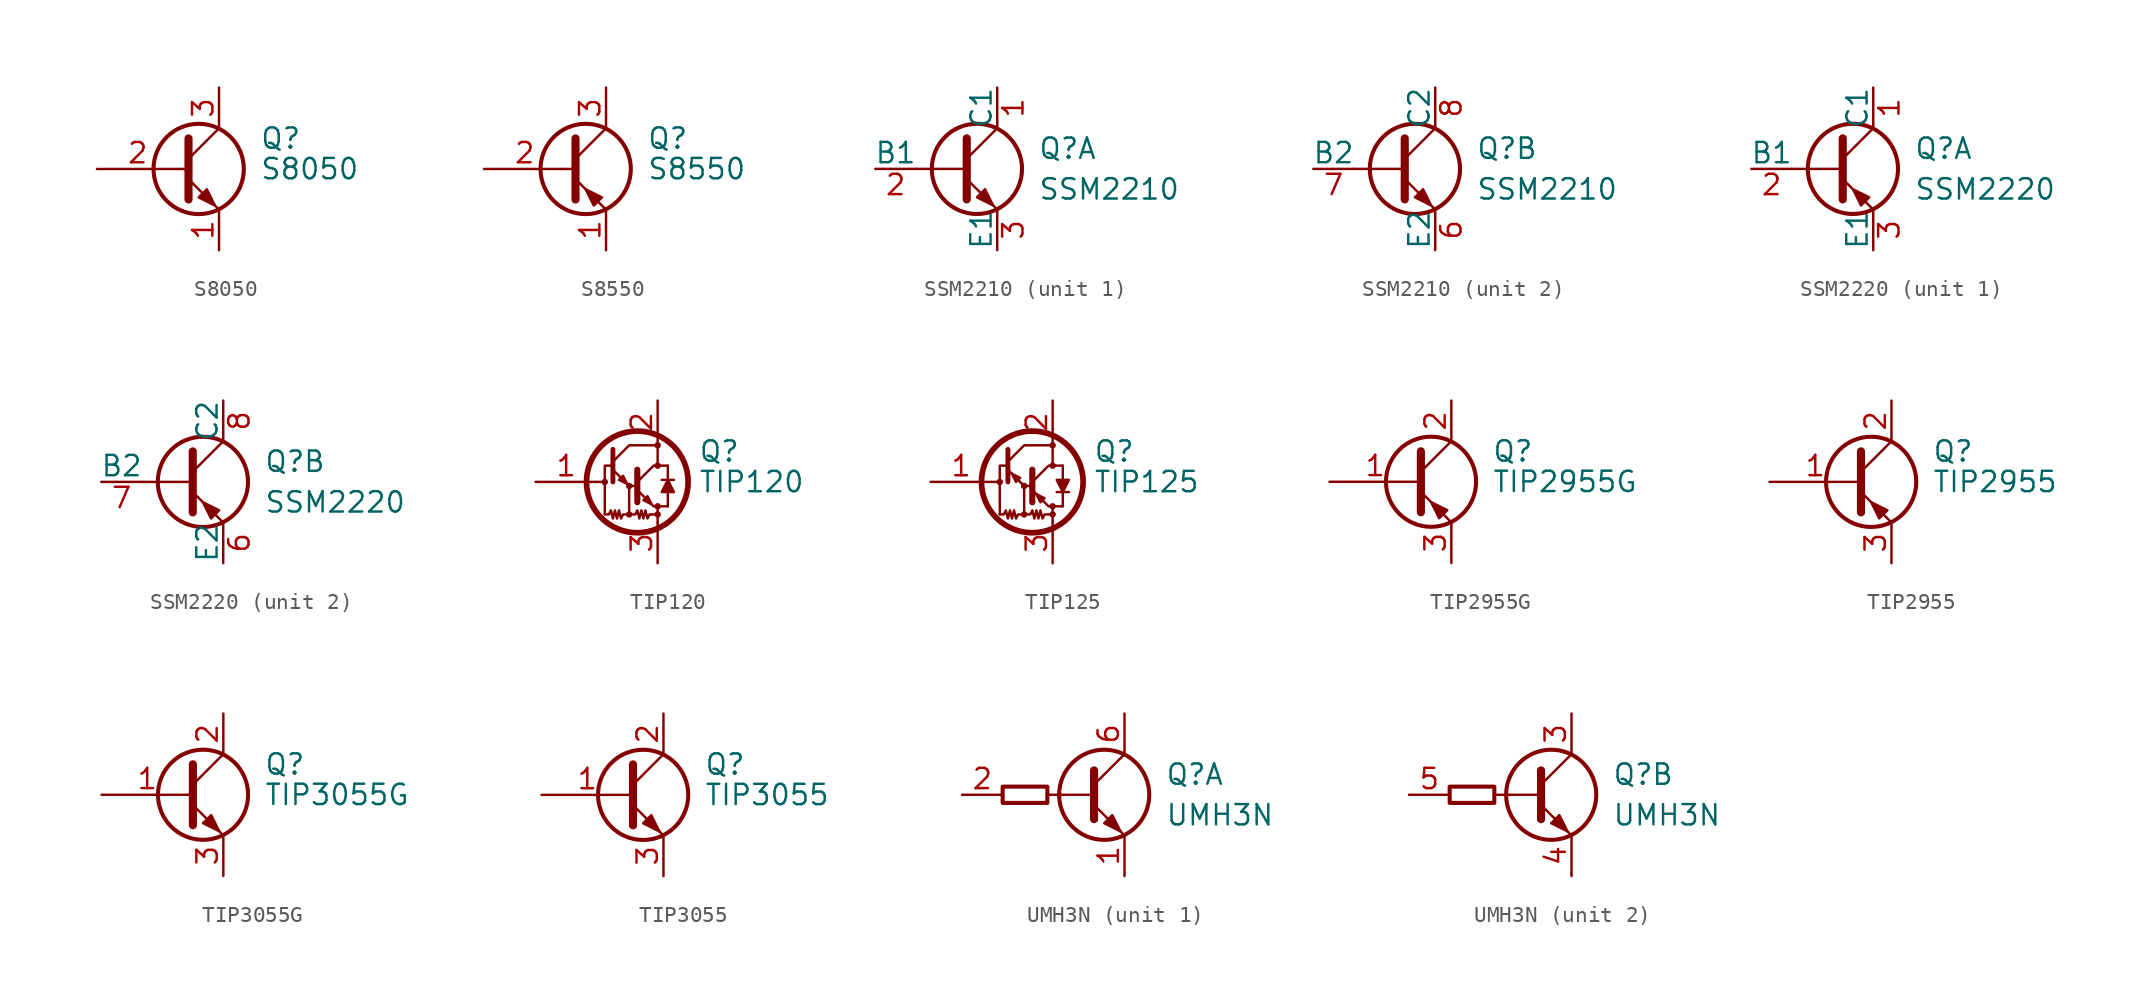
<source format=kicad_sym>
(kicad_symbol_lib
  (version 20201005)
  (generator kicad_symbol_editor)
  (symbol "Transistor_BJT:S8050"
    (pin_names
      (offset 0) hide)
    (property "Reference" "Q"
      (at 5.08 1.905 0)
      (effects (font (size 1.27 1.27)) (justify left)))
    (property "Value" "S8050"
      (at 5.08 0 0)
      (effects (font (size 1.27 1.27)) (justify left)))
    (symbol "S8050_0_1"
      (circle (center 1.27 0) (radius 2.819) (stroke (width 0.254)) (fill (type none)))
      (polyline (pts (xy 0 0) (xy 0.635 0)) (stroke (width 0)) (fill (type none)))
      (polyline (pts (xy 0.635 0.635) (xy 2.54 2.54)) (stroke (width 0)) (fill (type none)))
      (polyline (pts (xy 0.635 -0.635) (xy 2.54 -2.54) (xy 2.54 -2.54)) (stroke (width 0)) (fill (type none)))
      (polyline (pts (xy 0.635 1.905) (xy 0.635 -1.905) (xy 0.635 -1.905)) (stroke (width 0.508)) (fill (type none)))
      (polyline (pts (xy 1.27 -1.778) (xy 1.778 -1.27) (xy 2.286 -2.286) (xy 1.27 -1.778) (xy 1.27 -1.778)) (stroke (width 0)) (fill (type outline))))
    (symbol "S8050_1_1"
      (pin passive line (at 2.54 -5.08 90) (length 2.54) (name "E" (effects (font (size 1.27 1.27)))) (number "1" (effects (font (size 1.27 1.27)))))
      (pin input line (at -5.08 0 0) (length 5.08) (name "B" (effects (font (size 1.27 1.27)))) (number "2" (effects (font (size 1.27 1.27)))))
      (pin passive line (at 2.54 5.08 270) (length 2.54) (name "C" (effects (font (size 1.27 1.27)))) (number "3" (effects (font (size 1.27 1.27)))))))
  (symbol "Transistor_BJT:S8550"
    (pin_names
      (offset 0) hide)
    (property "Reference" "Q"
      (at 5.08 1.905 0)
      (effects (font (size 1.27 1.27)) (justify left)))
    (property "Value" "S8550"
      (at 5.08 0 0)
      (effects (font (size 1.27 1.27)) (justify left)))
    (symbol "S8550_0_1"
      (circle (center 1.27 0) (radius 2.819) (stroke (width 0.254)) (fill (type none)))
      (polyline (pts (xy 0 0) (xy 0.635 0)) (stroke (width 0)) (fill (type none)))
      (polyline (pts (xy 2.54 -2.54) (xy 0.635 -0.635)) (stroke (width 0)) (fill (type none)))
      (polyline (pts (xy 2.54 2.54) (xy 0.635 0.635)) (stroke (width 0)) (fill (type none)))
      (polyline (pts (xy 0.635 1.905) (xy 0.635 -1.905) (xy 0.635 -1.905)) (stroke (width 0.508)) (fill (type outline)))
      (polyline (pts (xy 1.778 -2.286) (xy 2.286 -1.778) (xy 1.27 -1.27) (xy 1.778 -2.286) (xy 1.778 -2.286)) (stroke (width 0)) (fill (type outline))))
    (symbol "S8550_1_1"
      (pin passive line (at 2.54 -5.08 90) (length 2.54) (name "E" (effects (font (size 1.27 1.27)))) (number "1" (effects (font (size 1.27 1.27)))))
      (pin input line (at -5.08 0 0) (length 5.08) (name "B" (effects (font (size 1.27 1.27)))) (number "2" (effects (font (size 1.27 1.27)))))
      (pin passive line (at 2.54 5.08 270) (length 2.54) (name "C" (effects (font (size 1.27 1.27)))) (number "3" (effects (font (size 1.27 1.27)))))))
  (symbol "Transistor_BJT:SSM2210"
    (pin_names
      (offset 0))
    (property "Reference" "Q"
      (at 5.08 1.27 0)
      (effects (font (size 1.27 1.27)) (justify left)))
    (property "Value" "SSM2210"
      (at 5.08 -1.27 0)
      (effects (font (size 1.27 1.27)) (justify left)))
    (symbol "SSM2210_0_1"
      (circle (center 1.27 0) (radius 2.819) (stroke (width 0.254)) (fill (type none)))
      (polyline (pts (xy 0.635 0) (xy -2.54 0)) (stroke (width 0)) (fill (type none)))
      (polyline (pts (xy 0.635 0.635) (xy 2.54 2.54)) (stroke (width 0)) (fill (type none)))
      (polyline (pts (xy 0.635 -0.635) (xy 2.54 -2.54) (xy 2.54 -2.54)) (stroke (width 0)) (fill (type none)))
      (polyline (pts (xy 0.635 1.905) (xy 0.635 -1.905) (xy 0.635 -1.905)) (stroke (width 0.508)) (fill (type none)))
      (polyline (pts (xy 1.27 -1.778) (xy 1.778 -1.27) (xy 2.286 -2.286) (xy 1.27 -1.778) (xy 1.27 -1.778)) (stroke (width 0)) (fill (type outline))))
    (symbol "SSM2210_1_1"
      (pin passive line (at 2.54 5.08 270) (length 2.54) (name "C1" (effects (font (size 1.27 1.27)))) (number "1" (effects (font (size 1.27 1.27)))))
      (pin input line (at -5.08 0 0) (length 2.54) (name "B1" (effects (font (size 1.27 1.27)))) (number "2" (effects (font (size 1.27 1.27)))))
      (pin passive line (at 2.54 -5.08 90) (length 2.54) (name "E1" (effects (font (size 1.27 1.27)))) (number "3" (effects (font (size 1.27 1.27))))))
    (symbol "SSM2210_2_1"
      (pin passive line (at 2.54 -5.08 90) (length 2.54) (name "E2" (effects (font (size 1.27 1.27)))) (number "6" (effects (font (size 1.27 1.27)))))
      (pin input line (at -5.08 0 0) (length 2.54) (name "B2" (effects (font (size 1.27 1.27)))) (number "7" (effects (font (size 1.27 1.27)))))
      (pin passive line (at 2.54 5.08 270) (length 2.54) (name "C2" (effects (font (size 1.27 1.27)))) (number "8" (effects (font (size 1.27 1.27)))))))
  (symbol "Transistor_BJT:SSM2220"
    (pin_names
      (offset 0))
    (property "Reference" "Q"
      (at 5.08 1.27 0)
      (effects (font (size 1.27 1.27)) (justify left)))
    (property "Value" "SSM2220"
      (at 5.08 -1.27 0)
      (effects (font (size 1.27 1.27)) (justify left)))
    (symbol "SSM2220_0_1"
      (circle (center 1.27 0) (radius 2.819) (stroke (width 0.254)) (fill (type none)))
      (polyline (pts (xy 0.635 0) (xy -2.54 0)) (stroke (width 0)) (fill (type none)))
      (polyline (pts (xy 0.635 0.635) (xy 2.54 2.54)) (stroke (width 0)) (fill (type none)))
      (polyline (pts (xy 0.635 -0.635) (xy 2.54 -2.54) (xy 2.54 -2.54)) (stroke (width 0)) (fill (type none)))
      (polyline (pts (xy 0.635 1.905) (xy 0.635 -1.905) (xy 0.635 -1.905)) (stroke (width 0.508)) (fill (type none)))
      (polyline (pts (xy 2.286 -1.778) (xy 1.778 -2.286) (xy 1.27 -1.27) (xy 2.286 -1.778) (xy 2.286 -1.778)) (stroke (width 0)) (fill (type outline))))
    (symbol "SSM2220_1_1"
      (pin passive line (at 2.54 5.08 270) (length 2.54) (name "C1" (effects (font (size 1.27 1.27)))) (number "1" (effects (font (size 1.27 1.27)))))
      (pin input line (at -5.08 0 0) (length 2.54) (name "B1" (effects (font (size 1.27 1.27)))) (number "2" (effects (font (size 1.27 1.27)))))
      (pin passive line (at 2.54 -5.08 90) (length 2.54) (name "E1" (effects (font (size 1.27 1.27)))) (number "3" (effects (font (size 1.27 1.27))))))
    (symbol "SSM2220_2_1"
      (pin passive line (at 2.54 -5.08 90) (length 2.54) (name "E2" (effects (font (size 1.27 1.27)))) (number "6" (effects (font (size 1.27 1.27)))))
      (pin input line (at -5.08 0 0) (length 2.54) (name "B2" (effects (font (size 1.27 1.27)))) (number "7" (effects (font (size 1.27 1.27)))))
      (pin passive line (at 2.54 5.08 270) (length 2.54) (name "C2" (effects (font (size 1.27 1.27)))) (number "8" (effects (font (size 1.27 1.27)))))))
  (symbol "Transistor_BJT:TIP120"
    (pin_names
      (offset 0) hide)
    (property "Reference" "Q"
      (at 5.08 1.905 0)
      (effects (font (size 1.27 1.27)) (justify left)))
    (property "Value" "TIP120"
      (at 5.08 0 0)
      (effects (font (size 1.27 1.27)) (justify left)))
    (symbol "TIP120_0_1"
      (circle (center -0.762 0) (radius 0.127) (stroke (width 0)) (fill (type none)))
      (circle (center 0.762 -2.032) (radius 0.127) (stroke (width 0)) (fill (type none)))
      (circle (center 0.762 -0.254) (radius 0.127) (stroke (width 0)) (fill (type none)))
      (circle (center 1.27 0) (radius 3.175) (stroke (width 0.356)) (fill (type none)))
      (circle (center 2.54 -2.032) (radius 0.127) (stroke (width 0)) (fill (type none)))
      (circle (center 2.54 -1.524) (radius 0.127) (stroke (width 0)) (fill (type none)))
      (circle (center 2.54 1.016) (radius 0.127) (stroke (width 0)) (fill (type none)))
      (circle (center 2.54 2.286) (radius 0.127) (stroke (width 0)) (fill (type none)))
      (polyline (pts (xy -1.27 0) (xy -0.889 0)) (stroke (width 0)) (fill (type none)))
      (polyline (pts (xy 2.54 -2.032) (xy 2.54 -2.54)) (stroke (width 0)) (fill (type none)))
      (polyline (pts (xy 2.54 -1.524) (xy 3.175 -1.524)) (stroke (width 0)) (fill (type none)))
      (polyline (pts (xy 2.794 0.127) (xy 3.556 0.127)) (stroke (width 0)) (fill (type none)))
      (polyline (pts (xy 3.175 -0.635) (xy 3.175 -1.524)) (stroke (width 0)) (fill (type none)))
      (polyline (pts (xy 3.175 1.016) (xy 2.54 1.016)) (stroke (width 0)) (fill (type none)))
      (polyline (pts (xy 3.175 1.016) (xy 3.175 0.127)) (stroke (width 0)) (fill (type none)))
      (polyline (pts (xy -0.254 0.762) (xy 0.762 -0.254) (xy 1.27 -0.254)) (stroke (width 0)) (fill (type none)))
      (polyline (pts (xy -0.254 1.016) (xy -0.762 1.016) (xy -0.762 -2.032)) (stroke (width 0)) (fill (type none)))
      (polyline (pts (xy -0.254 1.27) (xy 0.762 2.286) (xy 2.54 2.286)) (stroke (width 0)) (fill (type none)))
      (polyline (pts (xy -0.254 2.032) (xy -0.254 0) (xy -0.254 0)) (stroke (width 0.305)) (fill (type none)))
      (polyline (pts (xy 1.27 0.762) (xy 1.27 -1.27) (xy 1.27 -1.27)) (stroke (width 0.381)) (fill (type none)))
      (polyline (pts (xy 0.635 -0.127) (xy 0.381 0.381) (xy 0.127 0.127) (xy 0.635 -0.127)) (stroke (width 0)) (fill (type none)))
      (polyline (pts (xy 1.27 -0.508) (xy 2.286 -1.524) (xy 2.54 -1.524) (xy 2.54 -2.032)) (stroke (width 0)) (fill (type none)))
      (polyline (pts (xy 1.27 0) (xy 2.286 1.016) (xy 2.54 1.016) (xy 2.54 2.286)) (stroke (width 0)) (fill (type none)))
      (polyline (pts (xy 2.159 -1.397) (xy 1.905 -0.889) (xy 1.651 -1.143) (xy 2.159 -1.397)) (stroke (width 0)) (fill (type none)))
      (polyline (pts (xy 3.175 0.127) (xy 2.794 -0.635) (xy 3.556 -0.635) (xy 3.175 0.127)) (stroke (width 0)) (fill (type outline)))
      (polyline (pts (xy 0.762 -2.032) (xy 0.381 -2.032) (xy 0.254 -2.286) (xy 0.127 -1.778) (xy 0 -2.286) (xy -0.127 -1.778) (xy -0.254 -2.286) (xy -0.381 -1.778) (xy -0.508 -2.032) (xy -0.762 -2.032)) (stroke (width 0)) (fill (type none)))
      (polyline (pts (xy 0.762 -0.254) (xy 0.762 -2.032) (xy 1.143 -2.032) (xy 1.27 -1.778) (xy 1.397 -2.286) (xy 1.524 -1.778) (xy 1.651 -2.286) (xy 1.778 -1.778) (xy 1.905 -2.286) (xy 2.032 -2.032) (xy 2.54 -2.032)) (stroke (width 0)) (fill (type none))))
    (symbol "TIP120_1_1"
      (pin input line (at -5.08 0 0) (length 3.81) (name "B" (effects (font (size 1.27 1.27)))) (number "1" (effects (font (size 1.27 1.27)))))
      (pin passive line (at 2.54 5.08 270) (length 2.667) (name "C" (effects (font (size 1.27 1.27)))) (number "2" (effects (font (size 1.27 1.27)))))
      (pin passive line (at 2.54 -5.08 90) (length 2.54) (name "E" (effects (font (size 1.27 1.27)))) (number "3" (effects (font (size 1.27 1.27)))))))
  (symbol "Transistor_BJT:TIP125"
    (pin_names
      (offset 0) hide)
    (property "Reference" "Q"
      (at 5.08 1.905 0)
      (effects (font (size 1.27 1.27)) (justify left)))
    (property "Value" "TIP125"
      (at 5.08 0 0)
      (effects (font (size 1.27 1.27)) (justify left)))
    (symbol "TIP125_0_1"
      (circle (center -0.762 0) (radius 0.127) (stroke (width 0)) (fill (type none)))
      (circle (center 0.762 -2.032) (radius 0.127) (stroke (width 0)) (fill (type none)))
      (circle (center 0.762 -0.254) (radius 0.127) (stroke (width 0)) (fill (type none)))
      (circle (center 1.27 0) (radius 3.175) (stroke (width 0.356)) (fill (type none)))
      (circle (center 2.54 -2.032) (radius 0.127) (stroke (width 0)) (fill (type none)))
      (circle (center 2.54 -1.524) (radius 0.127) (stroke (width 0)) (fill (type none)))
      (circle (center 2.54 1.016) (radius 0.127) (stroke (width 0)) (fill (type none)))
      (circle (center 2.54 2.286) (radius 0.127) (stroke (width 0)) (fill (type none)))
      (polyline (pts (xy -1.27 0) (xy -0.889 0)) (stroke (width 0)) (fill (type none)))
      (polyline (pts (xy 2.54 -2.032) (xy 2.54 -2.54)) (stroke (width 0)) (fill (type none)))
      (polyline (pts (xy 2.54 -1.524) (xy 3.175 -1.524)) (stroke (width 0)) (fill (type none)))
      (polyline (pts (xy 2.794 -0.635) (xy 3.556 -0.635)) (stroke (width 0)) (fill (type none)))
      (polyline (pts (xy 3.175 -1.524) (xy 3.175 -0.635)) (stroke (width 0)) (fill (type none)))
      (polyline (pts (xy 3.175 0.127) (xy 3.175 1.016)) (stroke (width 0)) (fill (type none)))
      (polyline (pts (xy 3.175 1.016) (xy 2.54 1.016)) (stroke (width 0)) (fill (type none)))
      (polyline (pts (xy -0.254 0.762) (xy 0.762 -0.254) (xy 1.27 -0.254)) (stroke (width 0)) (fill (type none)))
      (polyline (pts (xy -0.254 1.016) (xy -0.762 1.016) (xy -0.762 -2.032)) (stroke (width 0)) (fill (type none)))
      (polyline (pts (xy -0.254 1.27) (xy 0.762 2.286) (xy 2.54 2.286)) (stroke (width 0)) (fill (type none)))
      (polyline (pts (xy -0.254 2.032) (xy -0.254 0) (xy -0.254 0)) (stroke (width 0.305)) (fill (type none)))
      (polyline (pts (xy 1.27 0.762) (xy 1.27 -1.27) (xy 1.27 -1.27)) (stroke (width 0.381)) (fill (type none)))
      (polyline (pts (xy 0 0.508) (xy 0.254 0) (xy 0.508 0.254) (xy 0 0.508)) (stroke (width 0)) (fill (type none)))
      (polyline (pts (xy 1.27 -0.508) (xy 2.286 -1.524) (xy 2.54 -1.524) (xy 2.54 -2.032)) (stroke (width 0)) (fill (type none)))
      (polyline (pts (xy 1.27 0) (xy 2.286 1.016) (xy 2.54 1.016) (xy 2.54 2.286)) (stroke (width 0)) (fill (type none)))
      (polyline (pts (xy 1.524 -0.762) (xy 1.778 -1.27) (xy 2.032 -1.016) (xy 1.524 -0.762)) (stroke (width 0)) (fill (type none)))
      (polyline (pts (xy 3.175 -0.635) (xy 2.794 0.127) (xy 3.556 0.127) (xy 3.175 -0.635)) (stroke (width 0)) (fill (type outline)))
      (polyline (pts (xy 0.762 -2.032) (xy 0.381 -2.032) (xy 0.254 -2.286) (xy 0.127 -1.778) (xy 0 -2.286) (xy -0.127 -1.778) (xy -0.254 -2.286) (xy -0.381 -1.778) (xy -0.508 -2.032) (xy -0.762 -2.032)) (stroke (width 0)) (fill (type none)))
      (polyline (pts (xy 0.762 -0.254) (xy 0.762 -2.032) (xy 1.143 -2.032) (xy 1.27 -1.778) (xy 1.397 -2.286) (xy 1.524 -1.778) (xy 1.651 -2.286) (xy 1.778 -1.778) (xy 1.905 -2.286) (xy 2.032 -2.032) (xy 2.54 -2.032)) (stroke (width 0)) (fill (type none))))
    (symbol "TIP125_1_1"
      (pin input line (at -5.08 0 0) (length 3.81) (name "B" (effects (font (size 1.27 1.27)))) (number "1" (effects (font (size 1.27 1.27)))))
      (pin passive line (at 2.54 5.08 270) (length 2.667) (name "C" (effects (font (size 1.27 1.27)))) (number "2" (effects (font (size 1.27 1.27)))))
      (pin passive line (at 2.54 -5.08 90) (length 2.54) (name "E" (effects (font (size 1.27 1.27)))) (number "3" (effects (font (size 1.27 1.27)))))))
  (symbol "Transistor_BJT:TIP2955G"
    (pin_names
      (offset 0) hide)
    (property "Reference" "Q"
      (at 5.08 1.905 0)
      (effects (font (size 1.27 1.27)) (justify left)))
    (property "Value" "TIP2955G"
      (at 5.08 0 0)
      (effects (font (size 1.27 1.27)) (justify left)))
    (symbol "TIP2955G_0_1"
      (circle (center 1.27 0) (radius 2.819) (stroke (width 0.254)) (fill (type none)))
      (polyline (pts (xy 0.635 0.635) (xy 2.54 2.54)) (stroke (width 0)) (fill (type none)))
      (polyline (pts (xy 0.635 -0.635) (xy 2.54 -2.54) (xy 2.54 -2.54)) (stroke (width 0)) (fill (type none)))
      (polyline (pts (xy 0.635 1.905) (xy 0.635 -1.905) (xy 0.635 -1.905)) (stroke (width 0.508)) (fill (type none)))
      (polyline (pts (xy 2.286 -1.778) (xy 1.778 -2.286) (xy 1.27 -1.27) (xy 2.286 -1.778) (xy 2.286 -1.778)) (stroke (width 0)) (fill (type outline))))
    (symbol "TIP2955G_1_1"
      (pin input line (at -5.08 0 0) (length 5.715) (name "B" (effects (font (size 1.27 1.27)))) (number "1" (effects (font (size 1.27 1.27)))))
      (pin passive line (at 2.54 5.08 270) (length 2.54) (name "C" (effects (font (size 1.27 1.27)))) (number "2" (effects (font (size 1.27 1.27)))))
      (pin passive line (at 2.54 -5.08 90) (length 2.54) (name "E" (effects (font (size 1.27 1.27)))) (number "3" (effects (font (size 1.27 1.27)))))))
  (symbol "Transistor_BJT:TIP2955"
    (pin_names
      (offset 0) hide)
    (property "Reference" "Q"
      (at 5.08 1.905 0)
      (effects (font (size 1.27 1.27)) (justify left)))
    (property "Value" "TIP2955"
      (at 5.08 0 0)
      (effects (font (size 1.27 1.27)) (justify left)))
    (symbol "TIP2955_0_1"
      (circle (center 1.27 0) (radius 2.819) (stroke (width 0.254)) (fill (type none)))
      (polyline (pts (xy 0.635 0.635) (xy 2.54 2.54)) (stroke (width 0)) (fill (type none)))
      (polyline (pts (xy 0.635 -0.635) (xy 2.54 -2.54) (xy 2.54 -2.54)) (stroke (width 0)) (fill (type none)))
      (polyline (pts (xy 0.635 1.905) (xy 0.635 -1.905) (xy 0.635 -1.905)) (stroke (width 0.508)) (fill (type none)))
      (polyline (pts (xy 2.286 -1.778) (xy 1.778 -2.286) (xy 1.27 -1.27) (xy 2.286 -1.778) (xy 2.286 -1.778)) (stroke (width 0)) (fill (type outline))))
    (symbol "TIP2955_1_1"
      (pin input line (at -5.08 0 0) (length 5.715) (name "B" (effects (font (size 1.27 1.27)))) (number "1" (effects (font (size 1.27 1.27)))))
      (pin passive line (at 2.54 5.08 270) (length 2.54) (name "C" (effects (font (size 1.27 1.27)))) (number "2" (effects (font (size 1.27 1.27)))))
      (pin passive line (at 2.54 -5.08 90) (length 2.54) (name "E" (effects (font (size 1.27 1.27)))) (number "3" (effects (font (size 1.27 1.27)))))))
  (symbol "Transistor_BJT:TIP3055G"
    (pin_names
      (offset 0) hide)
    (property "Reference" "Q"
      (at 5.08 1.905 0)
      (effects (font (size 1.27 1.27)) (justify left)))
    (property "Value" "TIP3055G"
      (at 5.08 0 0)
      (effects (font (size 1.27 1.27)) (justify left)))
    (symbol "TIP3055G_0_1"
      (circle (center 1.27 0) (radius 2.819) (stroke (width 0.254)) (fill (type none)))
      (polyline (pts (xy 0.635 0.635) (xy 2.54 2.54)) (stroke (width 0)) (fill (type none)))
      (polyline (pts (xy 0.635 -0.635) (xy 2.54 -2.54) (xy 2.54 -2.54)) (stroke (width 0)) (fill (type none)))
      (polyline (pts (xy 0.635 1.905) (xy 0.635 -1.905) (xy 0.635 -1.905)) (stroke (width 0.508)) (fill (type none)))
      (polyline (pts (xy 1.27 -1.778) (xy 1.778 -1.27) (xy 2.286 -2.286) (xy 1.27 -1.778) (xy 1.27 -1.778)) (stroke (width 0)) (fill (type outline))))
    (symbol "TIP3055G_1_1"
      (pin input line (at -5.08 0 0) (length 5.715) (name "B" (effects (font (size 1.27 1.27)))) (number "1" (effects (font (size 1.27 1.27)))))
      (pin passive line (at 2.54 5.08 270) (length 2.54) (name "C" (effects (font (size 1.27 1.27)))) (number "2" (effects (font (size 1.27 1.27)))))
      (pin passive line (at 2.54 -5.08 90) (length 2.54) (name "E" (effects (font (size 1.27 1.27)))) (number "3" (effects (font (size 1.27 1.27)))))))
  (symbol "Transistor_BJT:TIP3055"
    (pin_names
      (offset 0) hide)
    (property "Reference" "Q"
      (at 5.08 1.905 0)
      (effects (font (size 1.27 1.27)) (justify left)))
    (property "Value" "TIP3055"
      (at 5.08 0 0)
      (effects (font (size 1.27 1.27)) (justify left)))
    (symbol "TIP3055_0_1"
      (circle (center 1.27 0) (radius 2.819) (stroke (width 0.254)) (fill (type none)))
      (polyline (pts (xy 0.635 0.635) (xy 2.54 2.54)) (stroke (width 0)) (fill (type none)))
      (polyline (pts (xy 0.635 -0.635) (xy 2.54 -2.54) (xy 2.54 -2.54)) (stroke (width 0)) (fill (type none)))
      (polyline (pts (xy 0.635 1.905) (xy 0.635 -1.905) (xy 0.635 -1.905)) (stroke (width 0.508)) (fill (type none)))
      (polyline (pts (xy 1.27 -1.778) (xy 1.778 -1.27) (xy 2.286 -2.286) (xy 1.27 -1.778) (xy 1.27 -1.778)) (stroke (width 0)) (fill (type outline))))
    (symbol "TIP3055_1_1"
      (pin input line (at -5.08 0 0) (length 5.715) (name "B" (effects (font (size 1.27 1.27)))) (number "1" (effects (font (size 1.27 1.27)))))
      (pin passive line (at 2.54 5.08 270) (length 2.54) (name "C" (effects (font (size 1.27 1.27)))) (number "2" (effects (font (size 1.27 1.27)))))
      (pin passive line (at 2.54 -5.08 90) (length 2.54) (name "E" (effects (font (size 1.27 1.27)))) (number "3" (effects (font (size 1.27 1.27)))))))
  (symbol "Transistor_BJT:UMH3N"
    (pin_names hide)
    (property "Reference" "Q"
      (at 7.62 1.27 0)
      (effects (font (size 1.27 1.27)) (justify left)))
    (property "Value" "UMH3N"
      (at 7.62 -1.27 0)
      (effects (font (size 1.27 1.27)) (justify left)))
    (symbol "UMH3N_0_1"
      (circle (center 3.81 0) (radius 2.819) (stroke (width 0.254)) (fill (type none)))
      (rectangle (start 0.254 0.508) (end -2.54 -0.508) (stroke (width 0.254)) (fill (type none)))
      (polyline (pts (xy 3.175 0) (xy 0.254 0)) (stroke (width 0)) (fill (type none)))
      (polyline (pts (xy 3.175 0.635) (xy 5.08 2.54)) (stroke (width 0)) (fill (type none)))
      (polyline (pts (xy 3.175 1.524) (xy 3.175 -1.524)) (stroke (width 0.508)) (fill (type none)))
      (polyline (pts (xy 3.175 -0.635) (xy 5.08 -2.54) (xy 5.08 -2.54)) (stroke (width 0)) (fill (type none)))
      (polyline (pts (xy 3.81 -1.778) (xy 4.318 -1.27) (xy 4.826 -2.286) (xy 3.81 -1.778) (xy 3.81 -1.778)) (stroke (width 0)) (fill (type outline))))
    (symbol "UMH3N_1_1"
      (pin passive line (at 5.08 -5.08 90) (length 2.54) (name "E1" (effects (font (size 1.27 1.27)))) (number "1" (effects (font (size 1.27 1.27)))))
      (pin input line (at -5.08 0 0) (length 2.54) (name "B1" (effects (font (size 1.27 1.27)))) (number "2" (effects (font (size 1.27 1.27)))))
      (pin passive line (at 5.08 5.08 270) (length 2.54) (name "C1" (effects (font (size 1.27 1.27)))) (number "6" (effects (font (size 1.27 1.27))))))
    (symbol "UMH3N_2_1"
      (pin passive line (at 5.08 5.08 270) (length 2.54) (name "C2" (effects (font (size 1.27 1.27)))) (number "3" (effects (font (size 1.27 1.27)))))
      (pin passive line (at 5.08 -5.08 90) (length 2.54) (name "E2" (effects (font (size 1.27 1.27)))) (number "4" (effects (font (size 1.27 1.27)))))
      (pin input line (at -5.08 0 0) (length 2.54) (name "B2" (effects (font (size 1.27 1.27)))) (number "5" (effects (font (size 1.27 1.27))))))))
</source>
